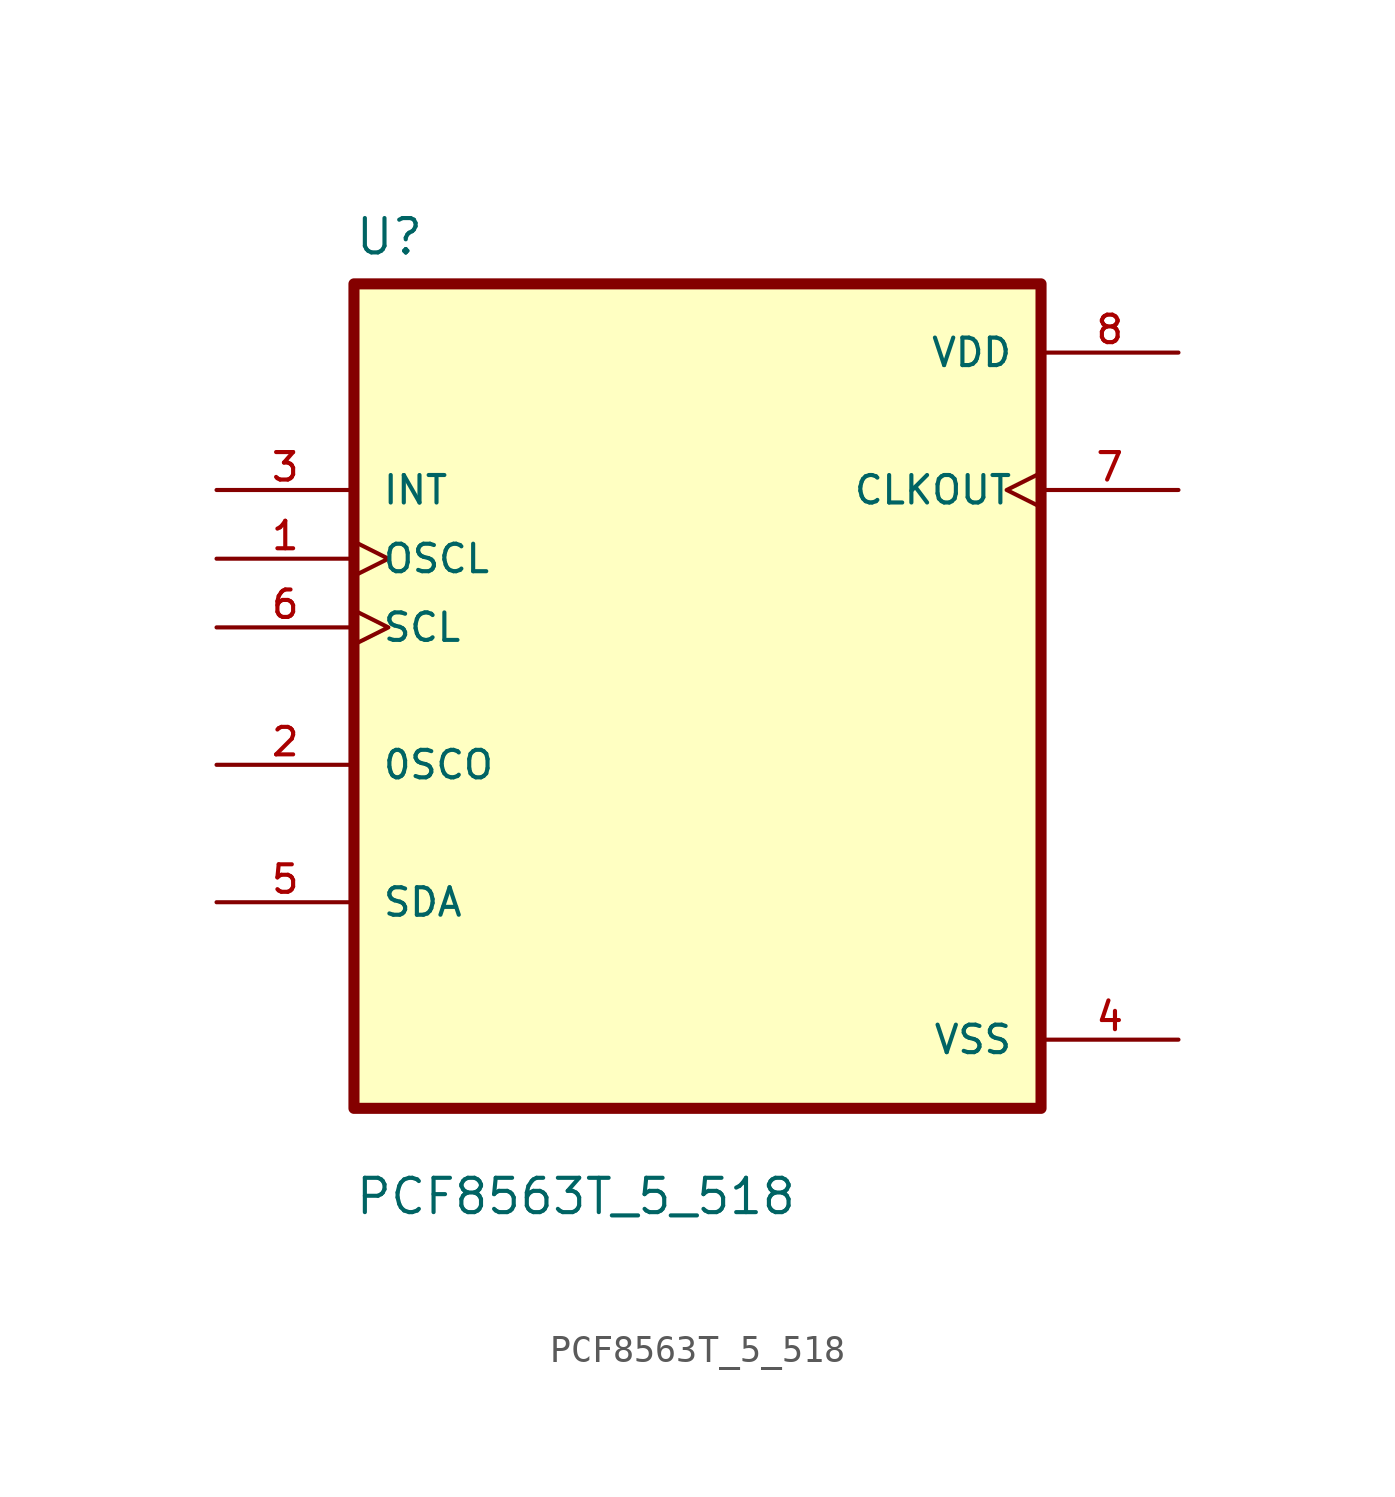
<source format=kicad_sym>
(kicad_symbol_lib
  (version 20211014)
  (generator kicad_symbol_editor)
  (symbol "PCF8563T_5_518"
    (pin_names
      (offset 1.016))
    (property "Reference" "U"
      (at -12.7 16.24 0.0)
      (effects (font (size 1.27 1.27)) (justify bottom left)))
    (property "Value" "PCF8563T_5_518"
      (at -12.7 -19.24 0.0)
      (effects (font (size 1.27 1.27)) (justify bottom left)))
    (symbol "PCF8563T_5_518_0_0"
      (rectangle (start -12.7 -15.24) (end 12.7 15.24) (stroke (width 0.41)) (fill (type background)))
      (pin input line (at -17.78 7.62 0) (length 5.08) (name "INT" (effects (font (size 1.016 1.016)))) (number "3" (effects (font (size 1.016 1.016)))))
      (pin input clock (at -17.78 5.08 0) (length 5.08) (name "OSCL" (effects (font (size 1.016 1.016)))) (number "1" (effects (font (size 1.016 1.016)))))
      (pin input clock (at -17.78 2.54 0) (length 5.08) (name "SCL" (effects (font (size 1.016 1.016)))) (number "6" (effects (font (size 1.016 1.016)))))
      (pin bidirectional line (at -17.78 -2.54 0) (length 5.08) (name "0SCO" (effects (font (size 1.016 1.016)))) (number "2" (effects (font (size 1.016 1.016)))))
      (pin bidirectional line (at -17.78 -7.62 0) (length 5.08) (name "SDA" (effects (font (size 1.016 1.016)))) (number "5" (effects (font (size 1.016 1.016)))))
      (pin power_in line (at 17.78 12.7 180.0) (length 5.08) (name "VDD" (effects (font (size 1.016 1.016)))) (number "8" (effects (font (size 1.016 1.016)))))
      (pin output clock (at 17.78 7.62 180.0) (length 5.08) (name "CLKOUT" (effects (font (size 1.016 1.016)))) (number "7" (effects (font (size 1.016 1.016)))))
      (pin power_in line (at 17.78 -12.7 180.0) (length 5.08) (name "VSS" (effects (font (size 1.016 1.016)))) (number "4" (effects (font (size 1.016 1.016))))))))
</source>
